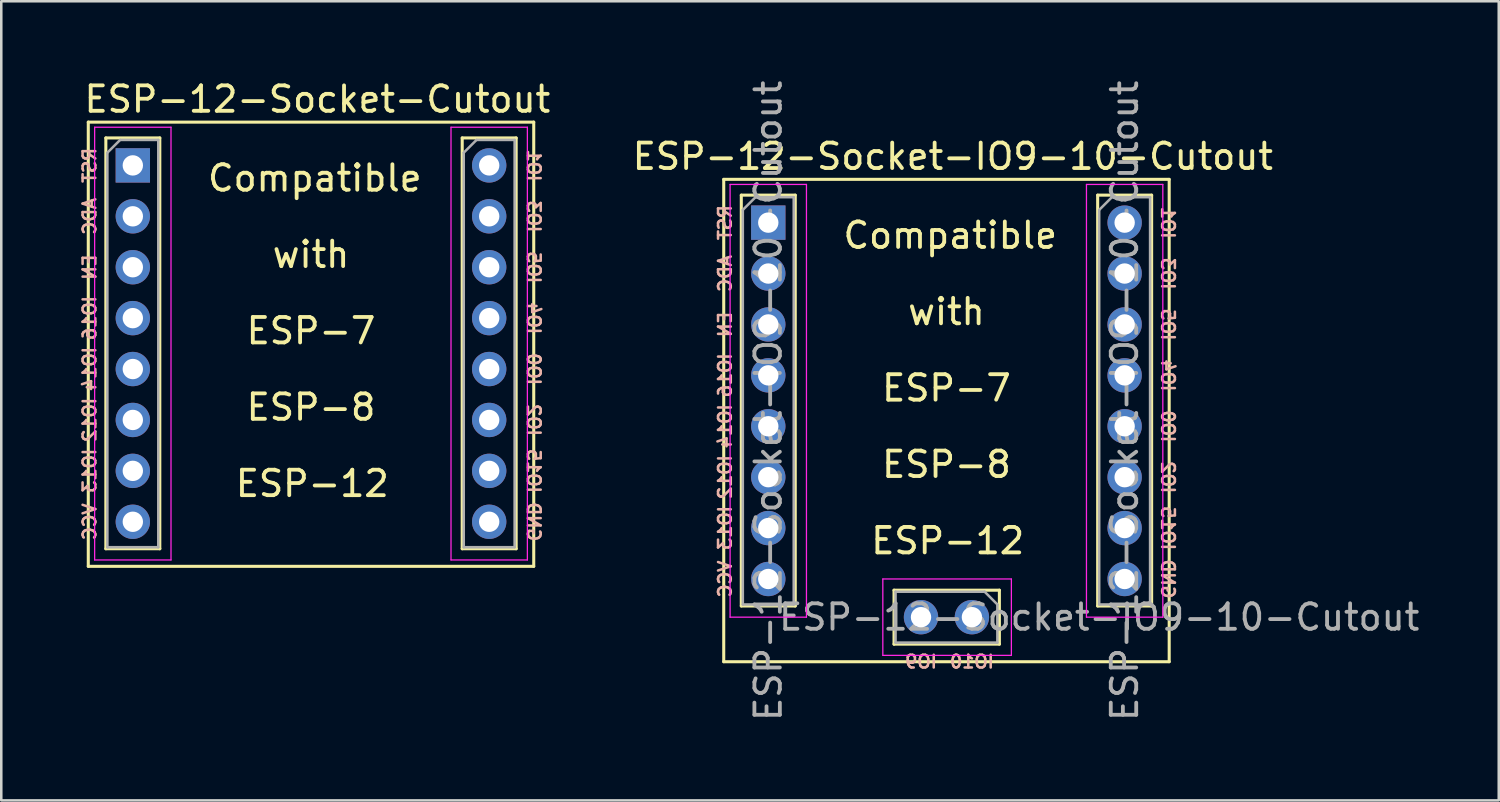
<source format=kicad_pcb>
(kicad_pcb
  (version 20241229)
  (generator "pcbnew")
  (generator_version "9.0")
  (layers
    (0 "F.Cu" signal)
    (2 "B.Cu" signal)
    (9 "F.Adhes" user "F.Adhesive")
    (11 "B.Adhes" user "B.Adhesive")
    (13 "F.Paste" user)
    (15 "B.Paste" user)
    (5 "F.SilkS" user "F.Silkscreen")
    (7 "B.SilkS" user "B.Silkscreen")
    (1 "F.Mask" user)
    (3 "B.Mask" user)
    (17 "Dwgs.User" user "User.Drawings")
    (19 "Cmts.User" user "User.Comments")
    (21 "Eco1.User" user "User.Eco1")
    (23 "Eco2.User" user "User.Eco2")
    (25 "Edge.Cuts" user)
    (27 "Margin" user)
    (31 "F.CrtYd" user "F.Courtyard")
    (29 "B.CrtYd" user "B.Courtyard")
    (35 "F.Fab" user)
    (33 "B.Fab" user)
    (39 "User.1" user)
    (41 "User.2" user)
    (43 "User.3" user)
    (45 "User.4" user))
  (footprint "ESP-12-Socket-Cutout"
    (layer "F.Cu")
    (at 0.418 19.198)
    (property "Reference" "ESP-12-Socket-Cutout" (at 9 -18.35 0) (layer "F.SilkS") (effects (font (size 1 1) (thickness 0.15))))
    (attr through_hole)
    (fp_line (start 0 0) (end 0 -17.45) (stroke (width 0.12) (type solid)) (layer "F.SilkS"))
    (fp_line (start 0.69 -16.829) (end 0.69 -0.69) (stroke (width 0.12) (type solid)) (layer "F.SilkS"))
    (fp_line (start 0.69 -16.829) (end 2.81 -16.829) (stroke (width 0.12) (type solid)) (layer "F.SilkS"))
    (fp_line (start 0.69 -0.69) (end 2.81 -0.69) (stroke (width 0.12) (type solid)) (layer "F.SilkS"))
    (fp_line (start 2.81 -16.829) (end 2.81 -0.69) (stroke (width 0.12) (type solid)) (layer "F.SilkS"))
    (fp_line (start 14.69 -16.829) (end 14.69 -0.69) (stroke (width 0.12) (type solid)) (layer "F.SilkS"))
    (fp_line (start 14.69 -16.829) (end 16.81 -16.829) (stroke (width 0.12) (type solid)) (layer "F.SilkS"))
    (fp_line (start 14.69 -0.69) (end 16.81 -0.69) (stroke (width 0.12) (type solid)) (layer "F.SilkS"))
    (fp_line (start 16.81 -16.829) (end 16.81 -0.69) (stroke (width 0.12) (type solid)) (layer "F.SilkS"))
    (fp_line (start 17.5 -17.45) (end 0 -17.45) (stroke (width 0.12) (type solid)) (layer "F.SilkS"))
    (fp_line (start 17.5 0) (end 0 0) (stroke (width 0.12) (type solid)) (layer "F.SilkS"))
    (fp_line (start 17.5 0) (end 17.5 -17.45) (stroke (width 0.12) (type solid)) (layer "F.SilkS"))
    (fp_line (start 0.25 -17.25) (end 0.25 -0.25) (stroke (width 0.05) (type solid)) (layer "F.CrtYd"))
    (fp_line (start 0.25 -0.25) (end 3.25 -0.25) (stroke (width 0.05) (type solid)) (layer "F.CrtYd"))
    (fp_line (start 3.25 -17.25) (end 0.25 -17.25) (stroke (width 0.05) (type solid)) (layer "F.CrtYd"))
    (fp_line (start 3.25 -0.25) (end 3.25 -17.25) (stroke (width 0.05) (type solid)) (layer "F.CrtYd"))
    (fp_line (start 14.25 -17.25) (end 14.25 -0.25) (stroke (width 0.05) (type solid)) (layer "F.CrtYd"))
    (fp_line (start 14.25 -0.25) (end 17.25 -0.25) (stroke (width 0.05) (type solid)) (layer "F.CrtYd"))
    (fp_line (start 17.25 -17.25) (end 14.25 -17.25) (stroke (width 0.05) (type solid)) (layer "F.CrtYd"))
    (fp_line (start 17.25 -0.25) (end 17.25 -17.25) (stroke (width 0.05) (type solid)) (layer "F.CrtYd"))
    (fp_line (start 0.75 -16.25) (end 1.25 -16.75) (stroke (width 0.1) (type solid)) (layer "F.Fab"))
    (fp_line (start 0.75 -0.75) (end 0.75 -16.25) (stroke (width 0.1) (type solid)) (layer "F.Fab"))
    (fp_line (start 1.25 -16.75) (end 2.75 -16.75) (stroke (width 0.1) (type solid)) (layer "F.Fab"))
    (fp_line (start 2.75 -16.75) (end 2.75 -0.75) (stroke (width 0.1) (type solid)) (layer "F.Fab"))
    (fp_line (start 2.75 -0.75) (end 0.75 -0.75) (stroke (width 0.1) (type solid)) (layer "F.Fab"))
    (fp_line (start 14.75 -16.25) (end 15.25 -16.75) (stroke (width 0.1) (type solid)) (layer "F.Fab"))
    (fp_line (start 14.75 -0.75) (end 14.75 -16.25) (stroke (width 0.1) (type solid)) (layer "F.Fab"))
    (fp_line (start 15.25 -16.75) (end 16.75 -16.75) (stroke (width 0.1) (type solid)) (layer "F.Fab"))
    (fp_line (start 16.75 -16.75) (end 16.75 -0.75) (stroke (width 0.1) (type solid)) (layer "F.Fab"))
    (fp_line (start 16.75 -0.75) (end 14.75 -0.75) (stroke (width 0.1) (type solid)) (layer "F.Fab"))
    (fp_text user "with" (at 8.75 -12.25 0) (layer "F.SilkS") (effects (font (size 1 1) (thickness 0.15))))
    (fp_text user "ESP-7" (at 8.75 -9.25 0) (layer "F.SilkS") (effects (font (size 1 1) (thickness 0.15))))
    (fp_text user "ESP-8" (at 8.75 -6.25 0) (layer "F.SilkS") (effects (font (size 1 1) (thickness 0.15))))
    (fp_text user "Compatible" (at 8.9 -15.25 0) (layer "F.SilkS") (effects (font (size 1 1) (thickness 0.15))))
    (fp_text user "ESP-12" (at 8.8 -3.25 0) (layer "F.SilkS") (effects (font (size 1 1) (thickness 0.15))))
    (fp_text user "IO13" (at 0.05 -3.75 270) (layer "B.SilkS") (effects (font (size 0.5 0.5) (thickness 0.1)) (justify mirror)))
    (fp_text user "IO1" (at 17.5 -15.75 270) (unlocked yes) (layer "B.SilkS") (effects (font (size 0.5 0.5) (thickness 0.1)) (justify mirror)))
    (fp_text user "IO3" (at 17.5 -13.75 270) (unlocked yes) (layer "B.SilkS") (effects (font (size 0.5 0.5) (thickness 0.1)) (justify mirror)))
    (fp_text user "IO12" (at 0.05 -5.75 270) (layer "B.SilkS") (effects (font (size 0.5 0.5) (thickness 0.1)) (justify mirror)))
    (fp_text user "IO0" (at 17.5 -7.75 270) (unlocked yes) (layer "B.SilkS") (effects (font (size 0.5 0.5) (thickness 0.1)) (justify mirror)))
    (fp_text user "RST" (at 0.05 -15.75 270) (layer "B.SilkS") (effects (font (size 0.5 0.5) (thickness 0.1)) (justify mirror)))
    (fp_text user "IO2" (at 17.5 -5.75 270) (unlocked yes) (layer "B.SilkS") (effects (font (size 0.5 0.5) (thickness 0.1)) (justify mirror)))
    (fp_text user "IO4" (at 17.5 -9.75 270) (unlocked yes) (layer "B.SilkS") (effects (font (size 0.5 0.5) (thickness 0.1)) (justify mirror)))
    (fp_text user "IO16" (at 0.05 -9.75 270) (layer "B.SilkS") (effects (font (size 0.5 0.5) (thickness 0.1)) (justify mirror)))
    (fp_text user "IO15" (at 17.5 -3.75 270) (unlocked yes) (layer "B.SilkS") (effects (font (size 0.5 0.5) (thickness 0.1)) (justify mirror)))
    (fp_text user "EN" (at 0.05 -11.75 270) (layer "B.SilkS") (effects (font (size 0.5 0.5) (thickness 0.1)) (justify mirror)))
    (fp_text user "ADC" (at 0.05 -13.75 270) (layer "B.SilkS") (effects (font (size 0.5 0.5) (thickness 0.1)) (justify mirror)))
    (fp_text user "VCC" (at 0.05 -1.75 270) (layer "B.SilkS") (effects (font (size 0.5 0.5) (thickness 0.1)) (justify mirror)))
    (fp_text user "IO5" (at 17.5 -11.75 270) (unlocked yes) (layer "B.SilkS") (effects (font (size 0.5 0.5) (thickness 0.1)) (justify mirror)))
    (fp_text user "IO14" (at 0.05 -7.75 270) (layer "B.SilkS") (effects (font (size 0.5 0.5) (thickness 0.1)) (justify mirror)))
    (fp_text user "GND" (at 17.5 -1.75 270) (unlocked yes) (layer "B.SilkS") (effects (font (size 0.5 0.5) (thickness 0.1)) (justify mirror)))
    (pad "1" thru_hole rect (at 1.75 -15.75) (size 1.35 1.35) (drill 0.8) (layers "*.Cu" "*.Mask"))
    (pad "2" thru_hole oval (at 1.75 -13.75) (size 1.35 1.35) (drill 0.8) (layers "*.Cu" "*.Mask"))
    (pad "3" thru_hole oval (at 1.75 -11.75) (size 1.35 1.35) (drill 0.8) (layers "*.Cu" "*.Mask"))
    (pad "4" thru_hole oval (at 1.75 -9.75) (size 1.35 1.35) (drill 0.8) (layers "*.Cu" "*.Mask"))
    (pad "5" thru_hole oval (at 1.75 -7.75) (size 1.35 1.35) (drill 0.8) (layers "*.Cu" "*.Mask"))
    (pad "6" thru_hole oval (at 1.75 -5.75) (size 1.35 1.35) (drill 0.8) (layers "*.Cu" "*.Mask"))
    (pad "7" thru_hole oval (at 1.75 -3.75) (size 1.35 1.35) (drill 0.8) (layers "*.Cu" "*.Mask"))
    (pad "8" thru_hole oval (at 1.75 -1.75) (size 1.35 1.35) (drill 0.8) (layers "*.Cu" "*.Mask"))
    (pad "15" thru_hole oval (at 15.75 -1.75) (size 1.35 1.35) (drill 0.8) (layers "*.Cu" "*.Mask"))
    (pad "16" thru_hole oval (at 15.75 -3.75) (size 1.35 1.35) (drill 0.8) (layers "*.Cu" "*.Mask"))
    (pad "17" thru_hole oval (at 15.75 -5.75) (size 1.35 1.35) (drill 0.8) (layers "*.Cu" "*.Mask"))
    (pad "18" thru_hole oval (at 15.75 -7.75) (size 1.35 1.35) (drill 0.8) (layers "*.Cu" "*.Mask"))
    (pad "19" thru_hole oval (at 15.75 -9.75) (size 1.35 1.35) (drill 0.8) (layers "*.Cu" "*.Mask"))
    (pad "20" thru_hole oval (at 15.75 -11.75) (size 1.35 1.35) (drill 0.8) (layers "*.Cu" "*.Mask"))
    (pad "21" thru_hole oval (at 15.75 -13.75) (size 1.35 1.35) (drill 0.8) (layers "*.Cu" "*.Mask"))
    (pad "22" thru_hole circle (at 15.75 -15.75) (size 1.35 1.35) (drill 0.8) (layers "*.Cu" "*.Mask")))
  (footprint "ESP-12-Socket-IO9-10-Cutout"
    (layer "F.Cu")
    (at 25.382 22.946)
    (property "Reference" "ESP-12-Socket-IO9-10-Cutout" (at 9 -19.85 0) (layer "F.SilkS") (effects (font (size 1 1) (thickness 0.15))))
    (attr through_hole)
    (fp_line (start 0 0) (end 0 -18.95) (stroke (width 0.12) (type solid)) (layer "F.SilkS"))
    (fp_line (start 0.69 -18.329) (end 0.69 -2.19) (stroke (width 0.12) (type solid)) (layer "F.SilkS"))
    (fp_line (start 0.69 -18.329) (end 2.81 -18.329) (stroke (width 0.12) (type solid)) (layer "F.SilkS"))
    (fp_line (start 0.69 -2.19) (end 2.81 -2.19) (stroke (width 0.12) (type solid)) (layer "F.SilkS"))
    (fp_line (start 2.81 -18.329) (end 2.81 -2.19) (stroke (width 0.12) (type solid)) (layer "F.SilkS"))
    (fp_line (start 6.69 -2.81) (end 6.69 -0.69) (stroke (width 0.12) (type solid)) (layer "F.SilkS"))
    (fp_line (start 10.829 -2.81) (end 6.69 -2.81) (stroke (width 0.12) (type solid)) (layer "F.SilkS"))
    (fp_line (start 10.829 -2.81) (end 10.829 -0.69) (stroke (width 0.12) (type solid)) (layer "F.SilkS"))
    (fp_line (start 10.829 -0.69) (end 6.69 -0.69) (stroke (width 0.12) (type solid)) (layer "F.SilkS"))
    (fp_line (start 14.69 -18.329) (end 14.69 -2.19) (stroke (width 0.12) (type solid)) (layer "F.SilkS"))
    (fp_line (start 14.69 -18.329) (end 16.81 -18.329) (stroke (width 0.12) (type solid)) (layer "F.SilkS"))
    (fp_line (start 14.69 -2.19) (end 16.81 -2.19) (stroke (width 0.12) (type solid)) (layer "F.SilkS"))
    (fp_line (start 16.81 -18.329) (end 16.81 -2.19) (stroke (width 0.12) (type solid)) (layer "F.SilkS"))
    (fp_line (start 17.5 -18.95) (end 0 -18.95) (stroke (width 0.12) (type solid)) (layer "F.SilkS"))
    (fp_line (start 17.5 0) (end 0 0) (stroke (width 0.12) (type solid)) (layer "F.SilkS"))
    (fp_line (start 17.5 0) (end 17.5 -18.95) (stroke (width 0.12) (type solid)) (layer "F.SilkS"))
    (fp_line (start 0.25 -18.75) (end 0.25 -1.75) (stroke (width 0.05) (type solid)) (layer "F.CrtYd"))
    (fp_line (start 0.25 -1.75) (end 3.25 -1.75) (stroke (width 0.05) (type solid)) (layer "F.CrtYd"))
    (fp_line (start 3.25 -18.75) (end 0.25 -18.75) (stroke (width 0.05) (type solid)) (layer "F.CrtYd"))
    (fp_line (start 3.25 -1.75) (end 3.25 -18.75) (stroke (width 0.05) (type solid)) (layer "F.CrtYd"))
    (fp_line (start 6.25 -3.25) (end 6.25 -0.25) (stroke (width 0.05) (type solid)) (layer "F.CrtYd"))
    (fp_line (start 6.25 -0.25) (end 11.3 -0.25) (stroke (width 0.05) (type solid)) (layer "F.CrtYd"))
    (fp_line (start 11.3 -3.25) (end 6.25 -3.25) (stroke (width 0.05) (type solid)) (layer "F.CrtYd"))
    (fp_line (start 11.3 -0.25) (end 11.3 -3.25) (stroke (width 0.05) (type solid)) (layer "F.CrtYd"))
    (fp_line (start 14.25 -18.75) (end 14.25 -1.75) (stroke (width 0.05) (type solid)) (layer "F.CrtYd"))
    (fp_line (start 14.25 -1.75) (end 17.25 -1.75) (stroke (width 0.05) (type solid)) (layer "F.CrtYd"))
    (fp_line (start 17.25 -18.75) (end 14.25 -18.75) (stroke (width 0.05) (type solid)) (layer "F.CrtYd"))
    (fp_line (start 17.25 -1.75) (end 17.25 -18.75) (stroke (width 0.05) (type solid)) (layer "F.CrtYd"))
    (fp_line (start 0.75 -17.75) (end 1.25 -18.25) (stroke (width 0.1) (type solid)) (layer "F.Fab"))
    (fp_line (start 0.75 -2.25) (end 0.75 -17.75) (stroke (width 0.1) (type solid)) (layer "F.Fab"))
    (fp_line (start 1.25 -18.25) (end 2.75 -18.25) (stroke (width 0.1) (type solid)) (layer "F.Fab"))
    (fp_line (start 2.75 -18.25) (end 2.75 -2.25) (stroke (width 0.1) (type solid)) (layer "F.Fab"))
    (fp_line (start 2.75 -2.25) (end 0.75 -2.25) (stroke (width 0.1) (type solid)) (layer "F.Fab"))
    (fp_line (start 6.75 -2.75) (end 10.25 -2.75) (stroke (width 0.1) (type solid)) (layer "F.Fab"))
    (fp_line (start 6.75 -0.75) (end 6.75 -2.75) (stroke (width 0.1) (type solid)) (layer "F.Fab"))
    (fp_line (start 10.25 -2.75) (end 10.75 -2.25) (stroke (width 0.1) (type solid)) (layer "F.Fab"))
    (fp_line (start 10.75 -2.25) (end 10.75 -0.75) (stroke (width 0.1) (type solid)) (layer "F.Fab"))
    (fp_line (start 10.75 -0.75) (end 6.75 -0.75) (stroke (width 0.1) (type solid)) (layer "F.Fab"))
    (fp_line (start 14.75 -17.75) (end 15.25 -18.25) (stroke (width 0.1) (type solid)) (layer "F.Fab"))
    (fp_line (start 14.75 -2.25) (end 14.75 -17.75) (stroke (width 0.1) (type solid)) (layer "F.Fab"))
    (fp_line (start 15.25 -18.25) (end 16.75 -18.25) (stroke (width 0.1) (type solid)) (layer "F.Fab"))
    (fp_line (start 16.75 -18.25) (end 16.75 -2.25) (stroke (width 0.1) (type solid)) (layer "F.Fab"))
    (fp_line (start 16.75 -2.25) (end 14.75 -2.25) (stroke (width 0.1) (type solid)) (layer "F.Fab"))
    (fp_text user "ESP-7" (at 8.75 -10.75 0) (layer "F.SilkS") (effects (font (size 1 1) (thickness 0.15))))
    (fp_text user "ESP-8" (at 8.75 -7.75 0) (layer "F.SilkS") (effects (font (size 1 1) (thickness 0.15))))
    (fp_text user "ESP-12" (at 8.8 -4.75 0) (layer "F.SilkS") (effects (font (size 1 1) (thickness 0.15))))
    (fp_text user "Compatible" (at 8.9 -16.75 0) (layer "F.SilkS") (effects (font (size 1 1) (thickness 0.15))))
    (fp_text user "with" (at 8.75 -13.75 0) (layer "F.SilkS") (effects (font (size 1 1) (thickness 0.15))))
    (fp_text user "IO9" (at 7.75 0 0) (layer "B.SilkS") (effects (font (size 0.5 0.5) (thickness 0.1)) (justify mirror)))
    (fp_text user "IO15" (at 17.45 -5.25 270) (unlocked yes) (layer "B.SilkS") (effects (font (size 0.5 0.5) (thickness 0.1)) (justify mirror)))
    (fp_text user "IO3" (at 17.45 -15.25 270) (unlocked yes) (layer "B.SilkS") (effects (font (size 0.5 0.5) (thickness 0.1)) (justify mirror)))
    (fp_text user "IO12" (at 0.05 -7.25 270) (layer "B.SilkS") (effects (font (size 0.5 0.5) (thickness 0.1)) (justify mirror)))
    (fp_text user "IO1" (at 17.45 -17.25 270) (unlocked yes) (layer "B.SilkS") (effects (font (size 0.5 0.5) (thickness 0.1)) (justify mirror)))
    (fp_text user "GND" (at 17.45 -3.25 270) (unlocked yes) (layer "B.SilkS") (effects (font (size 0.5 0.5) (thickness 0.1)) (justify mirror)))
    (fp_text user "VCC" (at 0.05 -3.25 270) (layer "B.SilkS") (effects (font (size 0.5 0.5) (thickness 0.1)) (justify mirror)))
    (fp_text user "RST" (at 0.05 -17.25 270) (layer "B.SilkS") (effects (font (size 0.5 0.5) (thickness 0.1)) (justify mirror)))
    (fp_text user "ADC" (at 0.05 -15.25 270) (layer "B.SilkS") (effects (font (size 0.5 0.5) (thickness 0.1)) (justify mirror)))
    (fp_text user "EN" (at 0.05 -13.25 270) (layer "B.SilkS") (effects (font (size 0.5 0.5) (thickness 0.1)) (justify mirror)))
    (fp_text user "IO5" (at 17.45 -13.25 270) (unlocked yes) (layer "B.SilkS") (effects (font (size 0.5 0.5) (thickness 0.1)) (justify mirror)))
    (fp_text user "IO16" (at 0.05 -11.25 270) (layer "B.SilkS") (effects (font (size 0.5 0.5) (thickness 0.1)) (justify mirror)))
    (fp_text user "IO13" (at 0.05 -5.25 270) (layer "B.SilkS") (effects (font (size 0.5 0.5) (thickness 0.1)) (justify mirror)))
    (fp_text user "IO14" (at 0.05 -9.25 270) (layer "B.SilkS") (effects (font (size 0.5 0.5) (thickness 0.1)) (justify mirror)))
    (fp_text user "IO0" (at 17.45 -9.25 270) (unlocked yes) (layer "B.SilkS") (effects (font (size 0.5 0.5) (thickness 0.1)) (justify mirror)))
    (fp_text user "IO4" (at 17.45 -11.25 270) (unlocked yes) (layer "B.SilkS") (effects (font (size 0.5 0.5) (thickness 0.1)) (justify mirror)))
    (fp_text user "IO10" (at 9.75 0 0) (layer "B.SilkS") (effects (font (size 0.5 0.5) (thickness 0.1)) (justify mirror)))
    (fp_text user "IO2" (at 17.45 -7.25 270) (unlocked yes) (layer "B.SilkS") (effects (font (size 0.5 0.5) (thickness 0.1)) (justify mirror)))
    (fp_text user "${REFERENCE}" (at 15.75 -10.25 90) (layer "F.Fab") (effects (font (size 1 1) (thickness 0.15))))
    (fp_text user "${REFERENCE}" (at 14.75 -1.75 0) (layer "F.Fab") (effects (font (size 1 1) (thickness 0.15))))
    (fp_text user "${REFERENCE}" (at 1.75 -10.25 90) (layer "F.Fab") (effects (font (size 1 1) (thickness 0.15))))
    (pad "1" thru_hole rect (at 1.75 -17.25) (size 1.35 1.35) (drill 0.8) (layers "*.Cu" "*.Mask"))
    (pad "2" thru_hole oval (at 1.75 -15.25) (size 1.35 1.35) (drill 0.8) (layers "*.Cu" "*.Mask"))
    (pad "3" thru_hole oval (at 1.75 -13.25) (size 1.35 1.35) (drill 0.8) (layers "*.Cu" "*.Mask"))
    (pad "4" thru_hole oval (at 1.75 -11.25) (size 1.35 1.35) (drill 0.8) (layers "*.Cu" "*.Mask"))
    (pad "5" thru_hole oval (at 1.75 -9.25) (size 1.35 1.35) (drill 0.8) (layers "*.Cu" "*.Mask"))
    (pad "6" thru_hole oval (at 1.75 -7.25) (size 1.35 1.35) (drill 0.8) (layers "*.Cu" "*.Mask"))
    (pad "7" thru_hole oval (at 1.75 -5.25) (size 1.35 1.35) (drill 0.8) (layers "*.Cu" "*.Mask"))
    (pad "8" thru_hole oval (at 1.75 -3.25) (size 1.35 1.35) (drill 0.8) (layers "*.Cu" "*.Mask"))
    (pad "11" thru_hole oval (at 7.75 -1.75 270) (size 1.35 1.35) (drill 0.8) (layers "*.Cu" "*.Mask"))
    (pad "12" thru_hole oval (at 9.75 -1.75 270) (size 1.35 1.35) (drill 0.8) (layers "*.Cu" "*.Mask"))
    (pad "15" thru_hole oval (at 15.75 -3.25) (size 1.35 1.35) (drill 0.8) (layers "*.Cu" "*.Mask"))
    (pad "16" thru_hole oval (at 15.75 -5.25) (size 1.35 1.35) (drill 0.8) (layers "*.Cu" "*.Mask"))
    (pad "17" thru_hole oval (at 15.75 -7.25) (size 1.35 1.35) (drill 0.8) (layers "*.Cu" "*.Mask"))
    (pad "18" thru_hole oval (at 15.75 -9.25) (size 1.35 1.35) (drill 0.8) (layers "*.Cu" "*.Mask"))
    (pad "19" thru_hole oval (at 15.75 -11.25) (size 1.35 1.35) (drill 0.8) (layers "*.Cu" "*.Mask"))
    (pad "20" thru_hole oval (at 15.75 -13.25) (size 1.35 1.35) (drill 0.8) (layers "*.Cu" "*.Mask"))
    (pad "21" thru_hole oval (at 15.75 -15.25) (size 1.35 1.35) (drill 0.8) (layers "*.Cu" "*.Mask"))
    (pad "22" thru_hole circle (at 15.75 -17.25) (size 1.35 1.35) (drill 0.8) (layers "*.Cu" "*.Mask")))
  (gr_rect
    (start -3 -3)
    (end 55.829 28.393)
    (stroke (width 0.1) (type default))
    (fill no)
    (layer "Edge.Cuts")))
</source>
